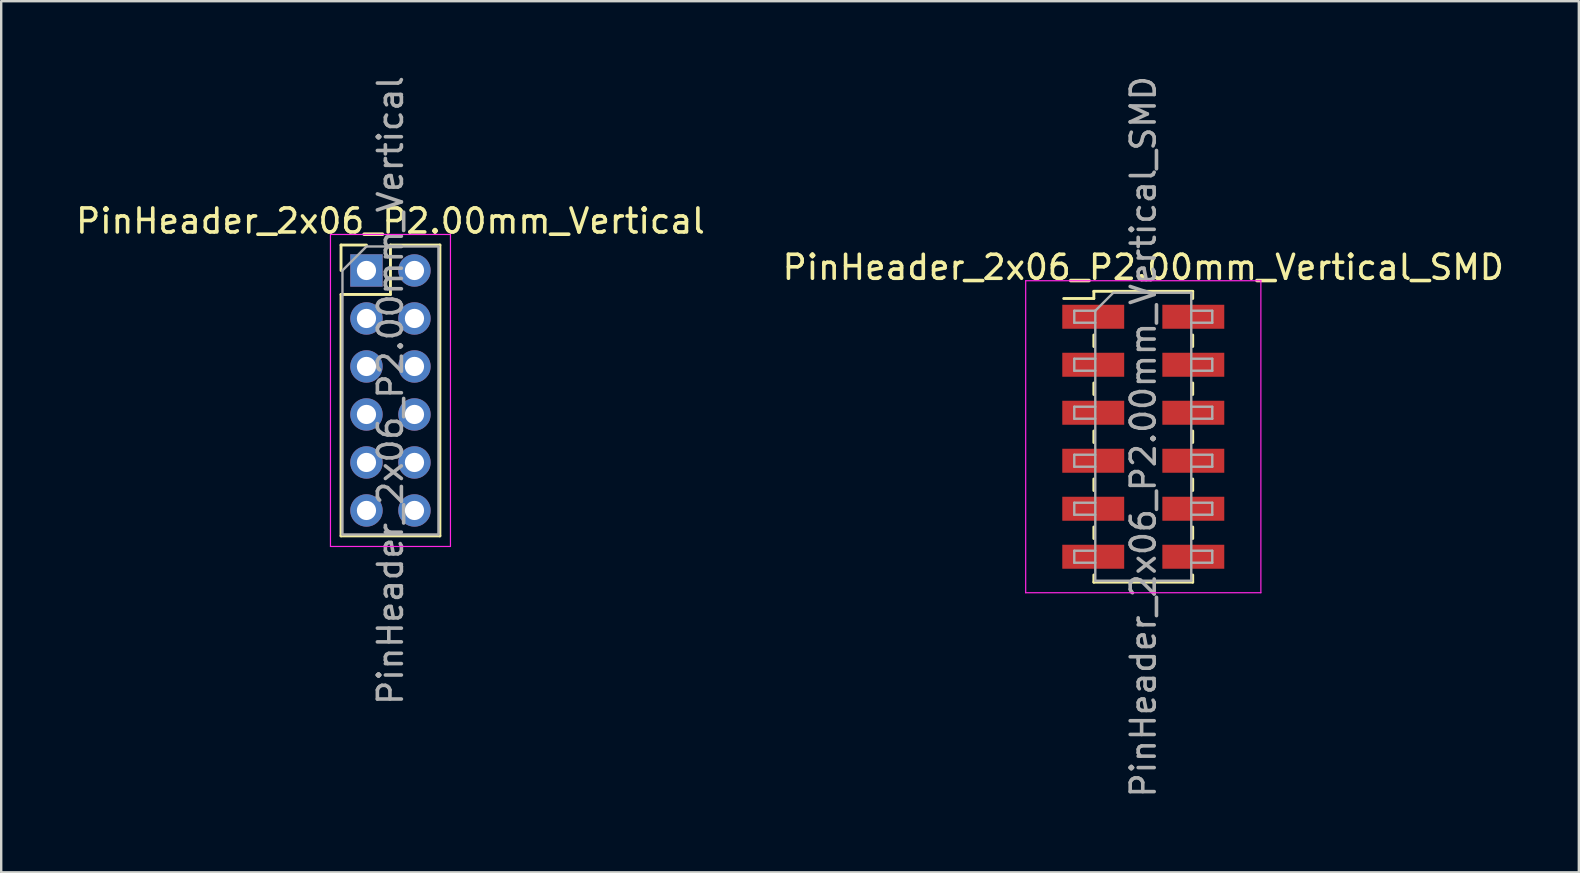
<source format=kicad_pcb>
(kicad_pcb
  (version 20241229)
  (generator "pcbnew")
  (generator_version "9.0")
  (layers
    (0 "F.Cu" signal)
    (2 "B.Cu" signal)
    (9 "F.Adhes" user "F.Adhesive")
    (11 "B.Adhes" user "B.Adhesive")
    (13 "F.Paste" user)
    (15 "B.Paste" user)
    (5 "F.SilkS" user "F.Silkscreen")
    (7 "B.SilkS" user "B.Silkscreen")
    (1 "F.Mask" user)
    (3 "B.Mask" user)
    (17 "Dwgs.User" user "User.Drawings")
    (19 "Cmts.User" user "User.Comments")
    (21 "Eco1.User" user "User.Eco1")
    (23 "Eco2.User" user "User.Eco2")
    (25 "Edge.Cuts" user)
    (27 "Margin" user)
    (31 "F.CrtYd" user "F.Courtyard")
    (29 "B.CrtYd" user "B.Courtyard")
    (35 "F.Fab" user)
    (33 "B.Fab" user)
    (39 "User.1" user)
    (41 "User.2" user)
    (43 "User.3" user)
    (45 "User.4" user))
  (footprint "PinHeader_2x06_P2.00mm_Vertical"
    (layer "F.Cu")
    (at 12.22 8.22)
    (property "Reference" "PinHeader_2x06_P2.00mm_Vertical" (at 1 -2.06 0) (layer "F.SilkS") (effects (font (size 1 1) (thickness 0.15))))
    (attr through_hole)
    (fp_line (start -1.06 -1.06) (end 0 -1.06) (stroke (width 0.12) (type solid)) (layer "F.SilkS"))
    (fp_line (start -1.06 0) (end -1.06 -1.06) (stroke (width 0.12) (type solid)) (layer "F.SilkS"))
    (fp_line (start -1.06 1) (end -1.06 11.06) (stroke (width 0.12) (type solid)) (layer "F.SilkS"))
    (fp_line (start -1.06 1) (end 1 1) (stroke (width 0.12) (type solid)) (layer "F.SilkS"))
    (fp_line (start -1.06 11.06) (end 3.06 11.06) (stroke (width 0.12) (type solid)) (layer "F.SilkS"))
    (fp_line (start 1 -1.06) (end 3.06 -1.06) (stroke (width 0.12) (type solid)) (layer "F.SilkS"))
    (fp_line (start 1 1) (end 1 -1.06) (stroke (width 0.12) (type solid)) (layer "F.SilkS"))
    (fp_line (start 3.06 -1.06) (end 3.06 11.06) (stroke (width 0.12) (type solid)) (layer "F.SilkS"))
    (fp_line (start -1.5 -1.5) (end -1.5 11.5) (stroke (width 0.05) (type solid)) (layer "F.CrtYd"))
    (fp_line (start -1.5 11.5) (end 3.5 11.5) (stroke (width 0.05) (type solid)) (layer "F.CrtYd"))
    (fp_line (start 3.5 -1.5) (end -1.5 -1.5) (stroke (width 0.05) (type solid)) (layer "F.CrtYd"))
    (fp_line (start 3.5 11.5) (end 3.5 -1.5) (stroke (width 0.05) (type solid)) (layer "F.CrtYd"))
    (fp_line (start -1 0) (end 0 -1) (stroke (width 0.1) (type solid)) (layer "F.Fab"))
    (fp_line (start -1 11) (end -1 0) (stroke (width 0.1) (type solid)) (layer "F.Fab"))
    (fp_line (start 0 -1) (end 3 -1) (stroke (width 0.1) (type solid)) (layer "F.Fab"))
    (fp_line (start 3 -1) (end 3 11) (stroke (width 0.1) (type solid)) (layer "F.Fab"))
    (fp_line (start 3 11) (end -1 11) (stroke (width 0.1) (type solid)) (layer "F.Fab"))
    (fp_text user "${REFERENCE}" (at 1 5 90) (layer "F.Fab") (effects (font (size 1 1) (thickness 0.15))))
    (pad "1" thru_hole rect (at 0 0) (size 1.35 1.35) (drill 0.8) (layers "*.Cu" "*.Mask"))
    (pad "2" thru_hole oval (at 2 0) (size 1.35 1.35) (drill 0.8) (layers "*.Cu" "*.Mask"))
    (pad "3" thru_hole oval (at 0 2) (size 1.35 1.35) (drill 0.8) (layers "*.Cu" "*.Mask"))
    (pad "4" thru_hole oval (at 2 2) (size 1.35 1.35) (drill 0.8) (layers "*.Cu" "*.Mask"))
    (pad "5" thru_hole oval (at 0 4) (size 1.35 1.35) (drill 0.8) (layers "*.Cu" "*.Mask"))
    (pad "6" thru_hole oval (at 2 4) (size 1.35 1.35) (drill 0.8) (layers "*.Cu" "*.Mask"))
    (pad "7" thru_hole oval (at 0 6) (size 1.35 1.35) (drill 0.8) (layers "*.Cu" "*.Mask"))
    (pad "8" thru_hole oval (at 2 6) (size 1.35 1.35) (drill 0.8) (layers "*.Cu" "*.Mask"))
    (pad "9" thru_hole oval (at 0 8) (size 1.35 1.35) (drill 0.8) (layers "*.Cu" "*.Mask"))
    (pad "10" thru_hole oval (at 2 8) (size 1.35 1.35) (drill 0.8) (layers "*.Cu" "*.Mask"))
    (pad "11" thru_hole oval (at 0 10) (size 1.35 1.35) (drill 0.8) (layers "*.Cu" "*.Mask"))
    (pad "12" thru_hole oval (at 2 10) (size 1.35 1.35) (drill 0.8) (layers "*.Cu" "*.Mask")))
  (footprint "PinHeader_2x06_P2.00mm_Vertical_SMD"
    (layer "F.Cu")
    (at 44.589 15.149)
    (property "Reference" "PinHeader_2x06_P2.00mm_Vertical_SMD" (at 0 -7.06 0) (layer "F.SilkS") (effects (font (size 1 1) (thickness 0.15))))
    (attr smd)
    (fp_line (start -3.315 -5.76) (end -2.06 -5.76) (stroke (width 0.12) (type solid)) (layer "F.SilkS"))
    (fp_line (start -2.06 -6.06) (end -2.06 -5.76) (stroke (width 0.12) (type solid)) (layer "F.SilkS"))
    (fp_line (start -2.06 -6.06) (end 2.06 -6.06) (stroke (width 0.12) (type solid)) (layer "F.SilkS"))
    (fp_line (start -2.06 -4.24) (end -2.06 -3.76) (stroke (width 0.12) (type solid)) (layer "F.SilkS"))
    (fp_line (start -2.06 -2.24) (end -2.06 -1.76) (stroke (width 0.12) (type solid)) (layer "F.SilkS"))
    (fp_line (start -2.06 -0.24) (end -2.06 0.24) (stroke (width 0.12) (type solid)) (layer "F.SilkS"))
    (fp_line (start -2.06 1.76) (end -2.06 2.24) (stroke (width 0.12) (type solid)) (layer "F.SilkS"))
    (fp_line (start -2.06 3.76) (end -2.06 4.24) (stroke (width 0.12) (type solid)) (layer "F.SilkS"))
    (fp_line (start -2.06 5.76) (end -2.06 6.06) (stroke (width 0.12) (type solid)) (layer "F.SilkS"))
    (fp_line (start -2.06 6.06) (end 2.06 6.06) (stroke (width 0.12) (type solid)) (layer "F.SilkS"))
    (fp_line (start 2.06 -6.06) (end 2.06 -5.76) (stroke (width 0.12) (type solid)) (layer "F.SilkS"))
    (fp_line (start 2.06 -4.24) (end 2.06 -3.76) (stroke (width 0.12) (type solid)) (layer "F.SilkS"))
    (fp_line (start 2.06 -2.24) (end 2.06 -1.76) (stroke (width 0.12) (type solid)) (layer "F.SilkS"))
    (fp_line (start 2.06 -0.24) (end 2.06 0.24) (stroke (width 0.12) (type solid)) (layer "F.SilkS"))
    (fp_line (start 2.06 1.76) (end 2.06 2.24) (stroke (width 0.12) (type solid)) (layer "F.SilkS"))
    (fp_line (start 2.06 3.76) (end 2.06 4.24) (stroke (width 0.12) (type solid)) (layer "F.SilkS"))
    (fp_line (start 2.06 5.76) (end 2.06 6.06) (stroke (width 0.12) (type solid)) (layer "F.SilkS"))
    (fp_line (start -4.9 -6.5) (end -4.9 6.5) (stroke (width 0.05) (type solid)) (layer "F.CrtYd"))
    (fp_line (start -4.9 6.5) (end 4.9 6.5) (stroke (width 0.05) (type solid)) (layer "F.CrtYd"))
    (fp_line (start 4.9 -6.5) (end -4.9 -6.5) (stroke (width 0.05) (type solid)) (layer "F.CrtYd"))
    (fp_line (start 4.9 6.5) (end 4.9 -6.5) (stroke (width 0.05) (type solid)) (layer "F.CrtYd"))
    (fp_line (start -2.875 -5.25) (end -2.875 -4.75) (stroke (width 0.1) (type solid)) (layer "F.Fab"))
    (fp_line (start -2.875 -4.75) (end -2 -4.75) (stroke (width 0.1) (type solid)) (layer "F.Fab"))
    (fp_line (start -2.875 -3.25) (end -2.875 -2.75) (stroke (width 0.1) (type solid)) (layer "F.Fab"))
    (fp_line (start -2.875 -2.75) (end -2 -2.75) (stroke (width 0.1) (type solid)) (layer "F.Fab"))
    (fp_line (start -2.875 -1.25) (end -2.875 -0.75) (stroke (width 0.1) (type solid)) (layer "F.Fab"))
    (fp_line (start -2.875 -0.75) (end -2 -0.75) (stroke (width 0.1) (type solid)) (layer "F.Fab"))
    (fp_line (start -2.875 0.75) (end -2.875 1.25) (stroke (width 0.1) (type solid)) (layer "F.Fab"))
    (fp_line (start -2.875 1.25) (end -2 1.25) (stroke (width 0.1) (type solid)) (layer "F.Fab"))
    (fp_line (start -2.875 2.75) (end -2.875 3.25) (stroke (width 0.1) (type solid)) (layer "F.Fab"))
    (fp_line (start -2.875 3.25) (end -2 3.25) (stroke (width 0.1) (type solid)) (layer "F.Fab"))
    (fp_line (start -2.875 4.75) (end -2.875 5.25) (stroke (width 0.1) (type solid)) (layer "F.Fab"))
    (fp_line (start -2.875 5.25) (end -2 5.25) (stroke (width 0.1) (type solid)) (layer "F.Fab"))
    (fp_line (start -2 -5.25) (end -2.875 -5.25) (stroke (width 0.1) (type solid)) (layer "F.Fab"))
    (fp_line (start -2 -5.25) (end -1.25 -6) (stroke (width 0.1) (type solid)) (layer "F.Fab"))
    (fp_line (start -2 -3.25) (end -2.875 -3.25) (stroke (width 0.1) (type solid)) (layer "F.Fab"))
    (fp_line (start -2 -1.25) (end -2.875 -1.25) (stroke (width 0.1) (type solid)) (layer "F.Fab"))
    (fp_line (start -2 0.75) (end -2.875 0.75) (stroke (width 0.1) (type solid)) (layer "F.Fab"))
    (fp_line (start -2 2.75) (end -2.875 2.75) (stroke (width 0.1) (type solid)) (layer "F.Fab"))
    (fp_line (start -2 4.75) (end -2.875 4.75) (stroke (width 0.1) (type solid)) (layer "F.Fab"))
    (fp_line (start -2 6) (end -2 -5.25) (stroke (width 0.1) (type solid)) (layer "F.Fab"))
    (fp_line (start -1.25 -6) (end 2 -6) (stroke (width 0.1) (type solid)) (layer "F.Fab"))
    (fp_line (start 2 -6) (end 2 6) (stroke (width 0.1) (type solid)) (layer "F.Fab"))
    (fp_line (start 2 -5.25) (end 2.875 -5.25) (stroke (width 0.1) (type solid)) (layer "F.Fab"))
    (fp_line (start 2 -3.25) (end 2.875 -3.25) (stroke (width 0.1) (type solid)) (layer "F.Fab"))
    (fp_line (start 2 -1.25) (end 2.875 -1.25) (stroke (width 0.1) (type solid)) (layer "F.Fab"))
    (fp_line (start 2 0.75) (end 2.875 0.75) (stroke (width 0.1) (type solid)) (layer "F.Fab"))
    (fp_line (start 2 2.75) (end 2.875 2.75) (stroke (width 0.1) (type solid)) (layer "F.Fab"))
    (fp_line (start 2 4.75) (end 2.875 4.75) (stroke (width 0.1) (type solid)) (layer "F.Fab"))
    (fp_line (start 2 6) (end -2 6) (stroke (width 0.1) (type solid)) (layer "F.Fab"))
    (fp_line (start 2.875 -5.25) (end 2.875 -4.75) (stroke (width 0.1) (type solid)) (layer "F.Fab"))
    (fp_line (start 2.875 -4.75) (end 2 -4.75) (stroke (width 0.1) (type solid)) (layer "F.Fab"))
    (fp_line (start 2.875 -3.25) (end 2.875 -2.75) (stroke (width 0.1) (type solid)) (layer "F.Fab"))
    (fp_line (start 2.875 -2.75) (end 2 -2.75) (stroke (width 0.1) (type solid)) (layer "F.Fab"))
    (fp_line (start 2.875 -1.25) (end 2.875 -0.75) (stroke (width 0.1) (type solid)) (layer "F.Fab"))
    (fp_line (start 2.875 -0.75) (end 2 -0.75) (stroke (width 0.1) (type solid)) (layer "F.Fab"))
    (fp_line (start 2.875 0.75) (end 2.875 1.25) (stroke (width 0.1) (type solid)) (layer "F.Fab"))
    (fp_line (start 2.875 1.25) (end 2 1.25) (stroke (width 0.1) (type solid)) (layer "F.Fab"))
    (fp_line (start 2.875 2.75) (end 2.875 3.25) (stroke (width 0.1) (type solid)) (layer "F.Fab"))
    (fp_line (start 2.875 3.25) (end 2 3.25) (stroke (width 0.1) (type solid)) (layer "F.Fab"))
    (fp_line (start 2.875 4.75) (end 2.875 5.25) (stroke (width 0.1) (type solid)) (layer "F.Fab"))
    (fp_line (start 2.875 5.25) (end 2 5.25) (stroke (width 0.1) (type solid)) (layer "F.Fab"))
    (fp_text user "${REFERENCE}" (at 0 0 90) (layer "F.Fab") (effects (font (size 1 1) (thickness 0.15))))
    (pad "1" smd rect (at -2.085 -5) (size 2.58 1) (layers "F.Cu" "F.Mask" "F.Paste"))
    (pad "2" smd rect (at 2.085 -5) (size 2.58 1) (layers "F.Cu" "F.Mask" "F.Paste"))
    (pad "3" smd rect (at -2.085 -3) (size 2.58 1) (layers "F.Cu" "F.Mask" "F.Paste"))
    (pad "4" smd rect (at 2.085 -3) (size 2.58 1) (layers "F.Cu" "F.Mask" "F.Paste"))
    (pad "5" smd rect (at -2.085 -1) (size 2.58 1) (layers "F.Cu" "F.Mask" "F.Paste"))
    (pad "6" smd rect (at 2.085 -1) (size 2.58 1) (layers "F.Cu" "F.Mask" "F.Paste"))
    (pad "7" smd rect (at -2.085 1) (size 2.58 1) (layers "F.Cu" "F.Mask" "F.Paste"))
    (pad "8" smd rect (at 2.085 1) (size 2.58 1) (layers "F.Cu" "F.Mask" "F.Paste"))
    (pad "9" smd rect (at -2.085 3) (size 2.58 1) (layers "F.Cu" "F.Mask" "F.Paste"))
    (pad "10" smd rect (at 2.085 3) (size 2.58 1) (layers "F.Cu" "F.Mask" "F.Paste"))
    (pad "11" smd rect (at -2.085 5) (size 2.58 1) (layers "F.Cu" "F.Mask" "F.Paste"))
    (pad "12" smd rect (at 2.085 5) (size 2.58 1) (layers "F.Cu" "F.Mask" "F.Paste")))
  (gr_rect
    (start -3 -3)
    (end 62.738 33.298)
    (stroke (width 0.1) (type default))
    (fill no)
    (layer "Edge.Cuts")))
</source>
